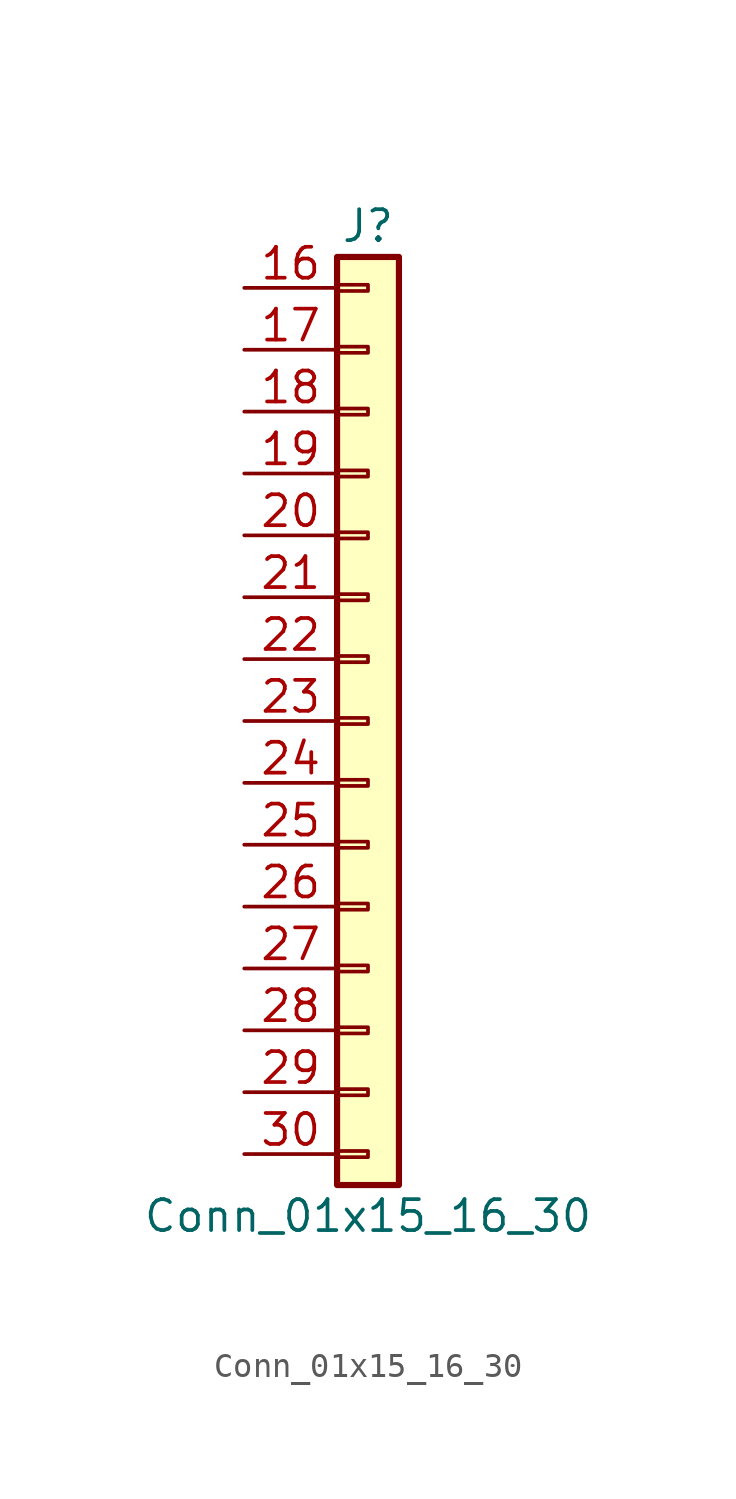
<source format=kicad_sym>
(kicad_symbol_lib
  (version 20241209)
  (generator "kicad_symbol_editor")
  (generator_version "9.0")
  (symbol "Conn_01x15_16_30"
    (pin_names
      (offset 1.016)
      (hide yes))
    (property "Reference" "J"
      (at 0 20.32 0)
      (effects (font (size 1.27 1.27))))
    (property "Value" "Conn_01x15_16_30"
      (at 0 -20.32 0)
      (effects (font (size 1.27 1.27))))
    (symbol "Conn_01x15_16_30_1_1"
      (rectangle (start -1.27 19.05) (end 1.27 -19.05) (stroke (width 0.254) (type default)) (fill (type background)))
      (rectangle (start -1.27 17.907) (end 0 17.653) (stroke (width 0.152) (type default)) (fill (type none)))
      (rectangle (start -1.27 15.367) (end 0 15.113) (stroke (width 0.152) (type default)) (fill (type none)))
      (rectangle (start -1.27 12.827) (end 0 12.573) (stroke (width 0.152) (type default)) (fill (type none)))
      (rectangle (start -1.27 10.287) (end 0 10.033) (stroke (width 0.152) (type default)) (fill (type none)))
      (rectangle (start -1.27 7.747) (end 0 7.493) (stroke (width 0.152) (type default)) (fill (type none)))
      (rectangle (start -1.27 5.207) (end 0 4.953) (stroke (width 0.152) (type default)) (fill (type none)))
      (rectangle (start -1.27 2.667) (end 0 2.413) (stroke (width 0.152) (type default)) (fill (type none)))
      (rectangle (start -1.27 0.127) (end 0 -0.127) (stroke (width 0.152) (type default)) (fill (type none)))
      (rectangle (start -1.27 -2.413) (end 0 -2.667) (stroke (width 0.152) (type default)) (fill (type none)))
      (rectangle (start -1.27 -4.953) (end 0 -5.207) (stroke (width 0.152) (type default)) (fill (type none)))
      (rectangle (start -1.27 -7.493) (end 0 -7.747) (stroke (width 0.152) (type default)) (fill (type none)))
      (rectangle (start -1.27 -10.033) (end 0 -10.287) (stroke (width 0.152) (type default)) (fill (type none)))
      (rectangle (start -1.27 -12.573) (end 0 -12.827) (stroke (width 0.152) (type default)) (fill (type none)))
      (rectangle (start -1.27 -15.113) (end 0 -15.367) (stroke (width 0.152) (type default)) (fill (type none)))
      (rectangle (start -1.27 -17.653) (end 0 -17.907) (stroke (width 0.152) (type default)) (fill (type none)))
      (pin passive line (at -5.08 17.78 0) (length 3.81) (name "Pin_16" (effects (font (size 1.27 1.27)))) (number "16" (effects (font (size 1.27 1.27)))))
      (pin passive line (at -5.08 15.24 0) (length 3.81) (name "Pin_17" (effects (font (size 1.27 1.27)))) (number "17" (effects (font (size 1.27 1.27)))))
      (pin passive line (at -5.08 12.7 0) (length 3.81) (name "Pin_18" (effects (font (size 1.27 1.27)))) (number "18" (effects (font (size 1.27 1.27)))))
      (pin passive line (at -5.08 10.16 0) (length 3.81) (name "Pin_19" (effects (font (size 1.27 1.27)))) (number "19" (effects (font (size 1.27 1.27)))))
      (pin passive line (at -5.08 7.62 0) (length 3.81) (name "Pin_20" (effects (font (size 1.27 1.27)))) (number "20" (effects (font (size 1.27 1.27)))))
      (pin passive line (at -5.08 5.08 0) (length 3.81) (name "Pin_21" (effects (font (size 1.27 1.27)))) (number "21" (effects (font (size 1.27 1.27)))))
      (pin passive line (at -5.08 2.54 0) (length 3.81) (name "Pin_22" (effects (font (size 1.27 1.27)))) (number "22" (effects (font (size 1.27 1.27)))))
      (pin passive line (at -5.08 0 0) (length 3.81) (name "Pin_23" (effects (font (size 1.27 1.27)))) (number "23" (effects (font (size 1.27 1.27)))))
      (pin passive line (at -5.08 -2.54 0) (length 3.81) (name "Pin_24" (effects (font (size 1.27 1.27)))) (number "24" (effects (font (size 1.27 1.27)))))
      (pin passive line (at -5.08 -5.08 0) (length 3.81) (name "Pin_25" (effects (font (size 1.27 1.27)))) (number "25" (effects (font (size 1.27 1.27)))))
      (pin passive line (at -5.08 -7.62 0) (length 3.81) (name "Pin_26" (effects (font (size 1.27 1.27)))) (number "26" (effects (font (size 1.27 1.27)))))
      (pin passive line (at -5.08 -10.16 0) (length 3.81) (name "Pin_27" (effects (font (size 1.27 1.27)))) (number "27" (effects (font (size 1.27 1.27)))))
      (pin passive line (at -5.08 -12.7 0) (length 3.81) (name "Pin_28" (effects (font (size 1.27 1.27)))) (number "28" (effects (font (size 1.27 1.27)))))
      (pin passive line (at -5.08 -15.24 0) (length 3.81) (name "Pin_29" (effects (font (size 1.27 1.27)))) (number "29" (effects (font (size 1.27 1.27)))))
      (pin passive line (at -5.08 -17.78 0) (length 3.81) (name "Pin_30" (effects (font (size 1.27 1.27)))) (number "30" (effects (font (size 1.27 1.27))))))))
</source>
